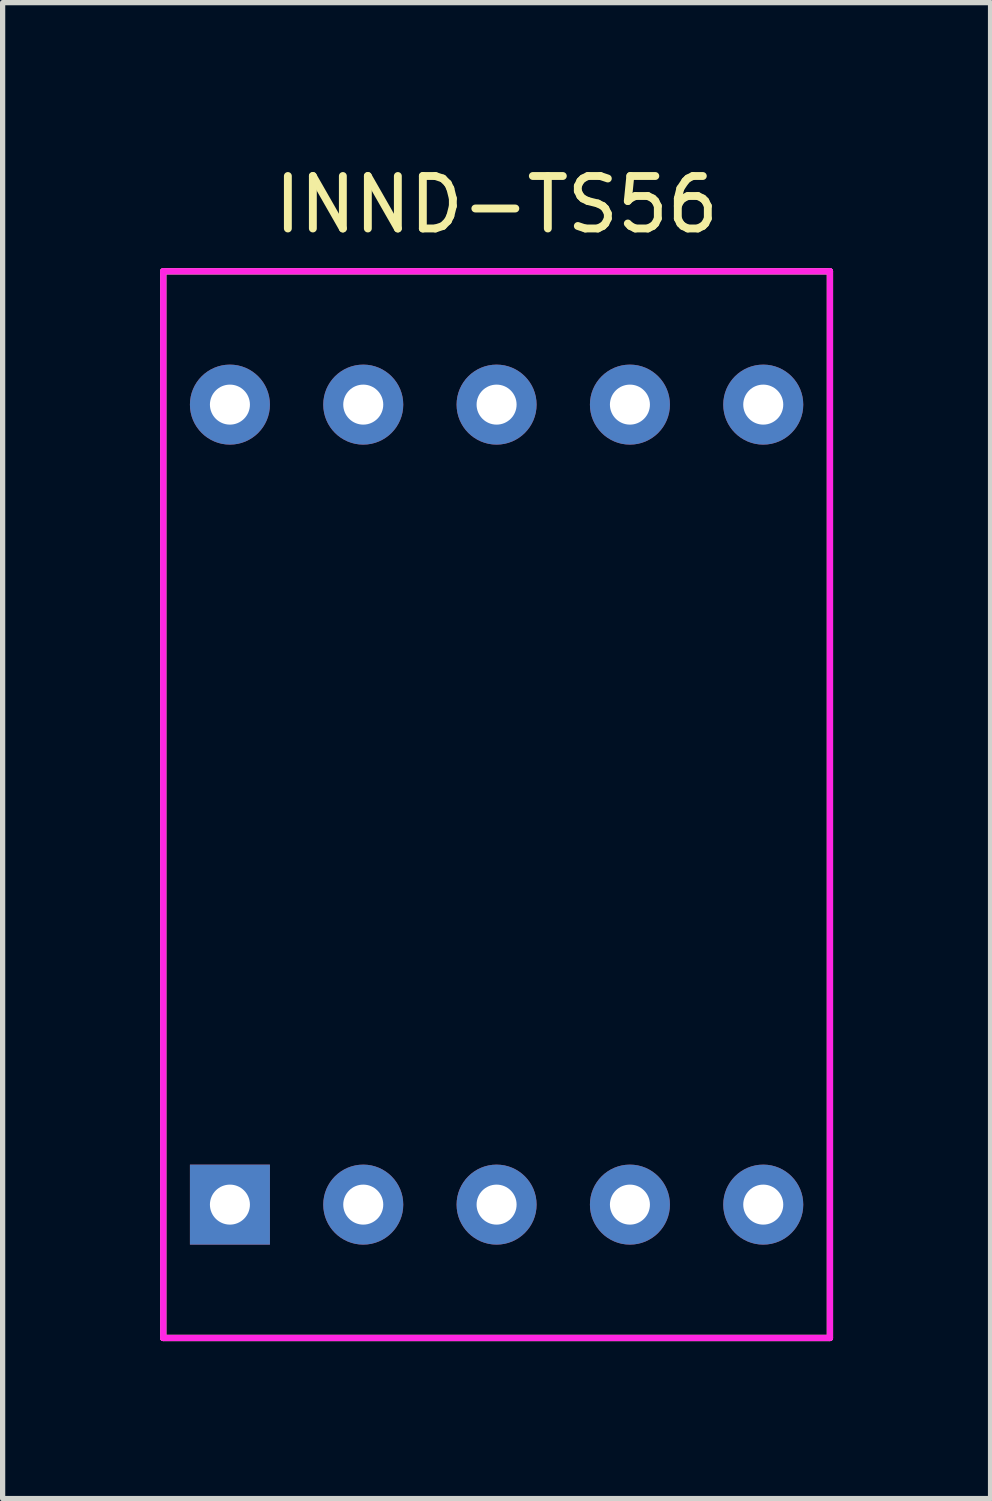
<source format=kicad_pcb>
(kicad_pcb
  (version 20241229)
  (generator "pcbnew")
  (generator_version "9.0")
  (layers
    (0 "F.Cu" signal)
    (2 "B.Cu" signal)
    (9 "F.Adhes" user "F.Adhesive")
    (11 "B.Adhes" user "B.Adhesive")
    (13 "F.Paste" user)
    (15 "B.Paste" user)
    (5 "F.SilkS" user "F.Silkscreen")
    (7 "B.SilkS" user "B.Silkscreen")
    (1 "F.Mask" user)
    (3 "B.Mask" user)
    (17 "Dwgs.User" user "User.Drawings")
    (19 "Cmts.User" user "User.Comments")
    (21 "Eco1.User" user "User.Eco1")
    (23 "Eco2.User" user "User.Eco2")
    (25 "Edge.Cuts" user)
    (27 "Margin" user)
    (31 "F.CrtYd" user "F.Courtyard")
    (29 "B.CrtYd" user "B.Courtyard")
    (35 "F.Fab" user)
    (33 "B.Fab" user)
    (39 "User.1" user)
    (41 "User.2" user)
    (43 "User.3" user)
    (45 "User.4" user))
  (footprint "INND-TS56"
    (layer "F.Cu")
    (at 1.33 4.658)
    (property "Reference" "INND-TS56" (at 5.08 -3.81 0) (layer "F.SilkS") (effects (font (size 1 1) (thickness 0.15))))
    (attr through_hole)
    (fp_line (start -1.27 -2.54) (end 11.43 -2.54) (stroke (width 0.12) (type solid)) (layer "F.SilkS"))
    (fp_line (start -1.27 17.78) (end -1.27 -2.54) (stroke (width 0.12) (type solid)) (layer "F.SilkS"))
    (fp_line (start 11.43 -2.54) (end 11.43 17.78) (stroke (width 0.12) (type solid)) (layer "F.SilkS"))
    (fp_line (start 11.43 17.78) (end -1.27 17.78) (stroke (width 0.12) (type solid)) (layer "F.SilkS"))
    (fp_line (start -1.27 -2.54) (end 11.43 -2.54) (stroke (width 0.12) (type solid)) (layer "F.CrtYd"))
    (fp_line (start -1.27 17.78) (end -1.27 -2.54) (stroke (width 0.12) (type solid)) (layer "F.CrtYd"))
    (fp_line (start 11.43 -2.54) (end 11.43 17.78) (stroke (width 0.12) (type solid)) (layer "F.CrtYd"))
    (fp_line (start 11.43 17.78) (end -1.27 17.78) (stroke (width 0.12) (type solid)) (layer "F.CrtYd"))
    (pad "1" thru_hole rect (at 0 15.24) (size 1.524 1.524) (drill 0.762) (layers "*.Cu" "*.Mask"))
    (pad "2" thru_hole circle (at 2.54 15.24) (size 1.524 1.524) (drill 0.762) (layers "*.Cu" "*.Mask"))
    (pad "3" thru_hole circle (at 5.08 15.24) (size 1.524 1.524) (drill 0.762) (layers "*.Cu" "*.Mask"))
    (pad "4" thru_hole circle (at 7.62 15.24) (size 1.524 1.524) (drill 0.762) (layers "*.Cu" "*.Mask"))
    (pad "5" thru_hole circle (at 10.16 15.24) (size 1.524 1.524) (drill 0.762) (layers "*.Cu" "*.Mask"))
    (pad "6" thru_hole circle (at 10.16 0) (size 1.524 1.524) (drill 0.762) (layers "*.Cu" "*.Mask"))
    (pad "7" thru_hole circle (at 7.62 0) (size 1.524 1.524) (drill 0.762) (layers "*.Cu" "*.Mask"))
    (pad "8" thru_hole circle (at 5.08 0) (size 1.524 1.524) (drill 0.762) (layers "*.Cu" "*.Mask"))
    (pad "9" thru_hole circle (at 2.54 0) (size 1.524 1.524) (drill 0.762) (layers "*.Cu" "*.Mask"))
    (pad "10" thru_hole circle (at 0 0) (size 1.524 1.524) (drill 0.762) (layers "*.Cu" "*.Mask")))
  (gr_rect
    (start -3 -3)
    (end 15.82 25.498)
    (stroke (width 0.1) (type default))
    (fill no)
    (layer "Edge.Cuts")))
</source>
